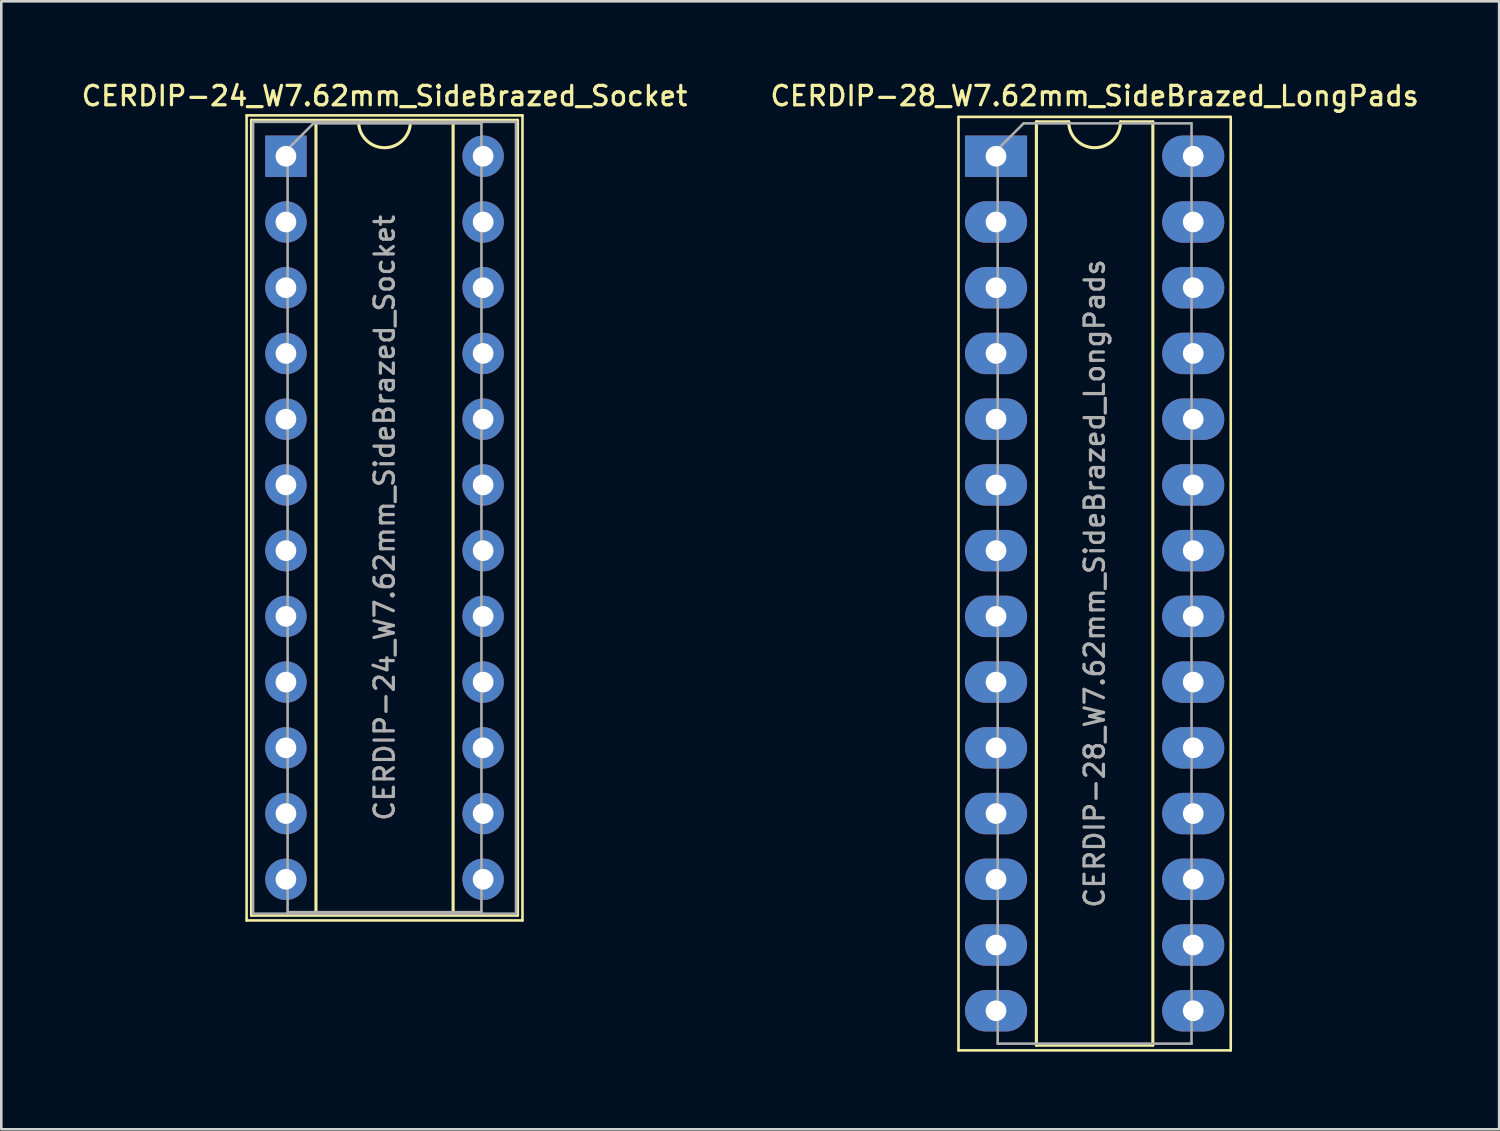
<source format=kicad_pcb>
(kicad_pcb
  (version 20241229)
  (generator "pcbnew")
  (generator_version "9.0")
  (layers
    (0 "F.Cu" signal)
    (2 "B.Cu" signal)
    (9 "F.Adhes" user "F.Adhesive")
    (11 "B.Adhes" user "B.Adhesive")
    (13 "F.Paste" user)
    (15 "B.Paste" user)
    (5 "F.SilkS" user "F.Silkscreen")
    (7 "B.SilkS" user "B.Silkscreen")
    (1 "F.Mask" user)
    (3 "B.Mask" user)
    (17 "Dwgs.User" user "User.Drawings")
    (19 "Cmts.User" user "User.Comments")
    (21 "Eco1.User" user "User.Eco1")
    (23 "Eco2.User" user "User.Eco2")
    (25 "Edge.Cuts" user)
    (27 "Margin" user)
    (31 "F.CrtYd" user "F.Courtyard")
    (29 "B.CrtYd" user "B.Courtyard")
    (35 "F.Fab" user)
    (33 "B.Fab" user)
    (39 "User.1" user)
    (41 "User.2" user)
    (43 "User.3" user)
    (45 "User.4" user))
  (footprint "CERDIP-24_W7.62mm_SideBrazed_Socket"
    (layer "F.Cu")
    (at 7.999 2.988)
    (property "Reference" "CERDIP-24_W7.62mm_SideBrazed_Socket" (at 3.81 -2.33 0) (layer "F.SilkS") (effects (font (size 0.75 0.75) (thickness 0.125))))
    (attr through_hole)
    (fp_line (start -1.52 -1.58) (end -1.52 29.53) (stroke (width 0.1) (type solid)) (layer "F.SilkS"))
    (fp_line (start -1.52 29.53) (end 9.14 29.53) (stroke (width 0.1) (type solid)) (layer "F.SilkS"))
    (fp_line (start -1.33 -1.39) (end -1.33 29.33) (stroke (width 0.12) (type solid)) (layer "F.SilkS"))
    (fp_line (start -1.33 29.33) (end 8.95 29.33) (stroke (width 0.12) (type solid)) (layer "F.SilkS"))
    (fp_line (start 1.16 -1.33) (end 1.16 29.27) (stroke (width 0.12) (type solid)) (layer "F.SilkS"))
    (fp_line (start 1.16 29.27) (end 6.46 29.27) (stroke (width 0.12) (type solid)) (layer "F.SilkS"))
    (fp_line (start 2.81 -1.33) (end 1.16 -1.33) (stroke (width 0.12) (type solid)) (layer "F.SilkS"))
    (fp_line (start 6.46 -1.33) (end 4.81 -1.33) (stroke (width 0.12) (type solid)) (layer "F.SilkS"))
    (fp_line (start 6.46 29.27) (end 6.46 -1.33) (stroke (width 0.12) (type solid)) (layer "F.SilkS"))
    (fp_line (start 8.95 -1.39) (end -1.33 -1.39) (stroke (width 0.12) (type solid)) (layer "F.SilkS"))
    (fp_line (start 8.95 29.33) (end 8.95 -1.39) (stroke (width 0.12) (type solid)) (layer "F.SilkS"))
    (fp_line (start 9.14 -1.58) (end -1.52 -1.58) (stroke (width 0.1) (type solid)) (layer "F.SilkS"))
    (fp_line (start 9.14 29.53) (end 9.14 -1.58) (stroke (width 0.1) (type solid)) (layer "F.SilkS"))
    (fp_arc (start 4.81 -1.33) (mid 3.81 -0.33) (end 2.81 -1.33) (stroke (width 0.12) (type solid)) (layer "F.SilkS"))
    (fp_line (start -1.27 -1.33) (end -1.27 29.27) (stroke (width 0.1) (type solid)) (layer "F.Fab"))
    (fp_line (start -1.27 29.27) (end 8.89 29.27) (stroke (width 0.1) (type solid)) (layer "F.Fab"))
    (fp_line (start 0.065 -0.27) (end 1.065 -1.27) (stroke (width 0.1) (type solid)) (layer "F.Fab"))
    (fp_line (start 0.065 29.21) (end 0.065 -0.27) (stroke (width 0.1) (type solid)) (layer "F.Fab"))
    (fp_line (start 1.065 -1.27) (end 7.555 -1.27) (stroke (width 0.1) (type solid)) (layer "F.Fab"))
    (fp_line (start 7.555 -1.27) (end 7.555 29.21) (stroke (width 0.1) (type solid)) (layer "F.Fab"))
    (fp_line (start 7.555 29.21) (end 0.065 29.21) (stroke (width 0.1) (type solid)) (layer "F.Fab"))
    (fp_line (start 8.89 -1.33) (end -1.27 -1.33) (stroke (width 0.1) (type solid)) (layer "F.Fab"))
    (fp_line (start 8.89 29.27) (end 8.89 -1.33) (stroke (width 0.1) (type solid)) (layer "F.Fab"))
    (fp_text user "${REFERENCE}" (at 3.81 13.97 90) (layer "F.Fab") (effects (font (size 0.75 0.75) (thickness 0.125))))
    (pad "1" thru_hole rect (at 0 0) (size 1.6 1.6) (drill 0.8) (layers "*.Cu" "*.Mask"))
    (pad "2" thru_hole circle (at 0 2.54) (size 1.6 1.6) (drill 0.8) (layers "*.Cu" "*.Mask"))
    (pad "3" thru_hole circle (at 0 5.08) (size 1.6 1.6) (drill 0.8) (layers "*.Cu" "*.Mask"))
    (pad "4" thru_hole circle (at 0 7.62) (size 1.6 1.6) (drill 0.8) (layers "*.Cu" "*.Mask"))
    (pad "5" thru_hole circle (at 0 10.16) (size 1.6 1.6) (drill 0.8) (layers "*.Cu" "*.Mask"))
    (pad "6" thru_hole circle (at 0 12.7) (size 1.6 1.6) (drill 0.8) (layers "*.Cu" "*.Mask"))
    (pad "7" thru_hole circle (at 0 15.24) (size 1.6 1.6) (drill 0.8) (layers "*.Cu" "*.Mask"))
    (pad "8" thru_hole circle (at 0 17.78) (size 1.6 1.6) (drill 0.8) (layers "*.Cu" "*.Mask"))
    (pad "9" thru_hole circle (at 0 20.32) (size 1.6 1.6) (drill 0.8) (layers "*.Cu" "*.Mask"))
    (pad "10" thru_hole circle (at 0 22.86) (size 1.6 1.6) (drill 0.8) (layers "*.Cu" "*.Mask"))
    (pad "11" thru_hole circle (at 0 25.4) (size 1.6 1.6) (drill 0.8) (layers "*.Cu" "*.Mask"))
    (pad "12" thru_hole circle (at 0 27.94) (size 1.6 1.6) (drill 0.8) (layers "*.Cu" "*.Mask"))
    (pad "13" thru_hole circle (at 7.62 27.94) (size 1.6 1.6) (drill 0.8) (layers "*.Cu" "*.Mask"))
    (pad "14" thru_hole circle (at 7.62 25.4) (size 1.6 1.6) (drill 0.8) (layers "*.Cu" "*.Mask"))
    (pad "15" thru_hole circle (at 7.62 22.86) (size 1.6 1.6) (drill 0.8) (layers "*.Cu" "*.Mask"))
    (pad "16" thru_hole circle (at 7.62 20.32) (size 1.6 1.6) (drill 0.8) (layers "*.Cu" "*.Mask"))
    (pad "17" thru_hole circle (at 7.62 17.78) (size 1.6 1.6) (drill 0.8) (layers "*.Cu" "*.Mask"))
    (pad "18" thru_hole circle (at 7.62 15.24) (size 1.6 1.6) (drill 0.8) (layers "*.Cu" "*.Mask"))
    (pad "19" thru_hole circle (at 7.62 12.7) (size 1.6 1.6) (drill 0.8) (layers "*.Cu" "*.Mask"))
    (pad "20" thru_hole circle (at 7.62 10.16) (size 1.6 1.6) (drill 0.8) (layers "*.Cu" "*.Mask"))
    (pad "21" thru_hole circle (at 7.62 7.62) (size 1.6 1.6) (drill 0.8) (layers "*.Cu" "*.Mask"))
    (pad "22" thru_hole circle (at 7.62 5.08) (size 1.6 1.6) (drill 0.8) (layers "*.Cu" "*.Mask"))
    (pad "23" thru_hole circle (at 7.62 2.54) (size 1.6 1.6) (drill 0.8) (layers "*.Cu" "*.Mask"))
    (pad "24" thru_hole circle (at 7.62 0) (size 1.6 1.6) (drill 0.8) (layers "*.Cu" "*.Mask")))
  (footprint "CERDIP-28_W7.62mm_SideBrazed_LongPads"
    (layer "F.Cu")
    (at 35.438 2.988)
    (property "Reference" "CERDIP-28_W7.62mm_SideBrazed_LongPads" (at 3.81 -2.33 0) (layer "F.SilkS") (effects (font (size 0.75 0.75) (thickness 0.125))))
    (attr through_hole)
    (fp_line (start -1.45 -1.52) (end -1.45 34.55) (stroke (width 0.1) (type solid)) (layer "F.SilkS"))
    (fp_line (start -1.45 34.55) (end 9.07 34.55) (stroke (width 0.1) (type solid)) (layer "F.SilkS"))
    (fp_line (start 1.56 -1.33) (end 1.56 34.35) (stroke (width 0.12) (type solid)) (layer "F.SilkS"))
    (fp_line (start 1.56 34.35) (end 6.06 34.35) (stroke (width 0.12) (type solid)) (layer "F.SilkS"))
    (fp_line (start 2.81 -1.33) (end 1.56 -1.33) (stroke (width 0.12) (type solid)) (layer "F.SilkS"))
    (fp_line (start 6.06 -1.33) (end 4.81 -1.33) (stroke (width 0.12) (type solid)) (layer "F.SilkS"))
    (fp_line (start 6.06 34.35) (end 6.06 -1.33) (stroke (width 0.12) (type solid)) (layer "F.SilkS"))
    (fp_line (start 9.07 -1.52) (end -1.45 -1.52) (stroke (width 0.1) (type solid)) (layer "F.SilkS"))
    (fp_line (start 9.07 34.55) (end 9.07 -1.52) (stroke (width 0.1) (type solid)) (layer "F.SilkS"))
    (fp_arc (start 4.81 -1.33) (mid 3.81 -0.33) (end 2.81 -1.33) (stroke (width 0.12) (type solid)) (layer "F.SilkS"))
    (fp_line (start 0.065 -0.27) (end 1.065 -1.27) (stroke (width 0.1) (type solid)) (layer "F.Fab"))
    (fp_line (start 0.065 34.29) (end 0.065 -0.27) (stroke (width 0.1) (type solid)) (layer "F.Fab"))
    (fp_line (start 1.065 -1.27) (end 7.555 -1.27) (stroke (width 0.1) (type solid)) (layer "F.Fab"))
    (fp_line (start 7.555 -1.27) (end 7.555 34.29) (stroke (width 0.1) (type solid)) (layer "F.Fab"))
    (fp_line (start 7.555 34.29) (end 0.065 34.29) (stroke (width 0.1) (type solid)) (layer "F.Fab"))
    (fp_text user "${REFERENCE}" (at 3.81 16.51 90) (layer "F.Fab") (effects (font (size 0.75 0.75) (thickness 0.125))))
    (pad "1" thru_hole rect (at 0 0) (size 2.4 1.6) (drill 0.8) (layers "*.Cu" "*.Mask"))
    (pad "2" thru_hole oval (at 0 2.54) (size 2.4 1.6) (drill 0.8) (layers "*.Cu" "*.Mask"))
    (pad "3" thru_hole oval (at 0 5.08) (size 2.4 1.6) (drill 0.8) (layers "*.Cu" "*.Mask"))
    (pad "4" thru_hole oval (at 0 7.62) (size 2.4 1.6) (drill 0.8) (layers "*.Cu" "*.Mask"))
    (pad "5" thru_hole oval (at 0 10.16) (size 2.4 1.6) (drill 0.8) (layers "*.Cu" "*.Mask"))
    (pad "6" thru_hole oval (at 0 12.7) (size 2.4 1.6) (drill 0.8) (layers "*.Cu" "*.Mask"))
    (pad "7" thru_hole oval (at 0 15.24) (size 2.4 1.6) (drill 0.8) (layers "*.Cu" "*.Mask"))
    (pad "8" thru_hole oval (at 0 17.78) (size 2.4 1.6) (drill 0.8) (layers "*.Cu" "*.Mask"))
    (pad "9" thru_hole oval (at 0 20.32) (size 2.4 1.6) (drill 0.8) (layers "*.Cu" "*.Mask"))
    (pad "10" thru_hole oval (at 0 22.86) (size 2.4 1.6) (drill 0.8) (layers "*.Cu" "*.Mask"))
    (pad "11" thru_hole oval (at 0 25.4) (size 2.4 1.6) (drill 0.8) (layers "*.Cu" "*.Mask"))
    (pad "12" thru_hole oval (at 0 27.94) (size 2.4 1.6) (drill 0.8) (layers "*.Cu" "*.Mask"))
    (pad "13" thru_hole oval (at 0 30.48) (size 2.4 1.6) (drill 0.8) (layers "*.Cu" "*.Mask"))
    (pad "14" thru_hole oval (at 0 33.02) (size 2.4 1.6) (drill 0.8) (layers "*.Cu" "*.Mask"))
    (pad "15" thru_hole oval (at 7.62 33.02) (size 2.4 1.6) (drill 0.8) (layers "*.Cu" "*.Mask"))
    (pad "16" thru_hole oval (at 7.62 30.48) (size 2.4 1.6) (drill 0.8) (layers "*.Cu" "*.Mask"))
    (pad "17" thru_hole oval (at 7.62 27.94) (size 2.4 1.6) (drill 0.8) (layers "*.Cu" "*.Mask"))
    (pad "18" thru_hole oval (at 7.62 25.4) (size 2.4 1.6) (drill 0.8) (layers "*.Cu" "*.Mask"))
    (pad "19" thru_hole oval (at 7.62 22.86) (size 2.4 1.6) (drill 0.8) (layers "*.Cu" "*.Mask"))
    (pad "20" thru_hole oval (at 7.62 20.32) (size 2.4 1.6) (drill 0.8) (layers "*.Cu" "*.Mask"))
    (pad "21" thru_hole oval (at 7.62 17.78) (size 2.4 1.6) (drill 0.8) (layers "*.Cu" "*.Mask"))
    (pad "22" thru_hole oval (at 7.62 15.24) (size 2.4 1.6) (drill 0.8) (layers "*.Cu" "*.Mask"))
    (pad "23" thru_hole oval (at 7.62 12.7) (size 2.4 1.6) (drill 0.8) (layers "*.Cu" "*.Mask"))
    (pad "24" thru_hole oval (at 7.62 10.16) (size 2.4 1.6) (drill 0.8) (layers "*.Cu" "*.Mask"))
    (pad "25" thru_hole oval (at 7.62 7.62) (size 2.4 1.6) (drill 0.8) (layers "*.Cu" "*.Mask"))
    (pad "26" thru_hole oval (at 7.62 5.08) (size 2.4 1.6) (drill 0.8) (layers "*.Cu" "*.Mask"))
    (pad "27" thru_hole oval (at 7.62 2.54) (size 2.4 1.6) (drill 0.8) (layers "*.Cu" "*.Mask"))
    (pad "28" thru_hole oval (at 7.62 0) (size 2.4 1.6) (drill 0.8) (layers "*.Cu" "*.Mask")))
  (gr_rect
    (start -3 -3)
    (end 54.879 40.588)
    (stroke (width 0.1) (type default))
    (fill no)
    (layer "Edge.Cuts")))
</source>
